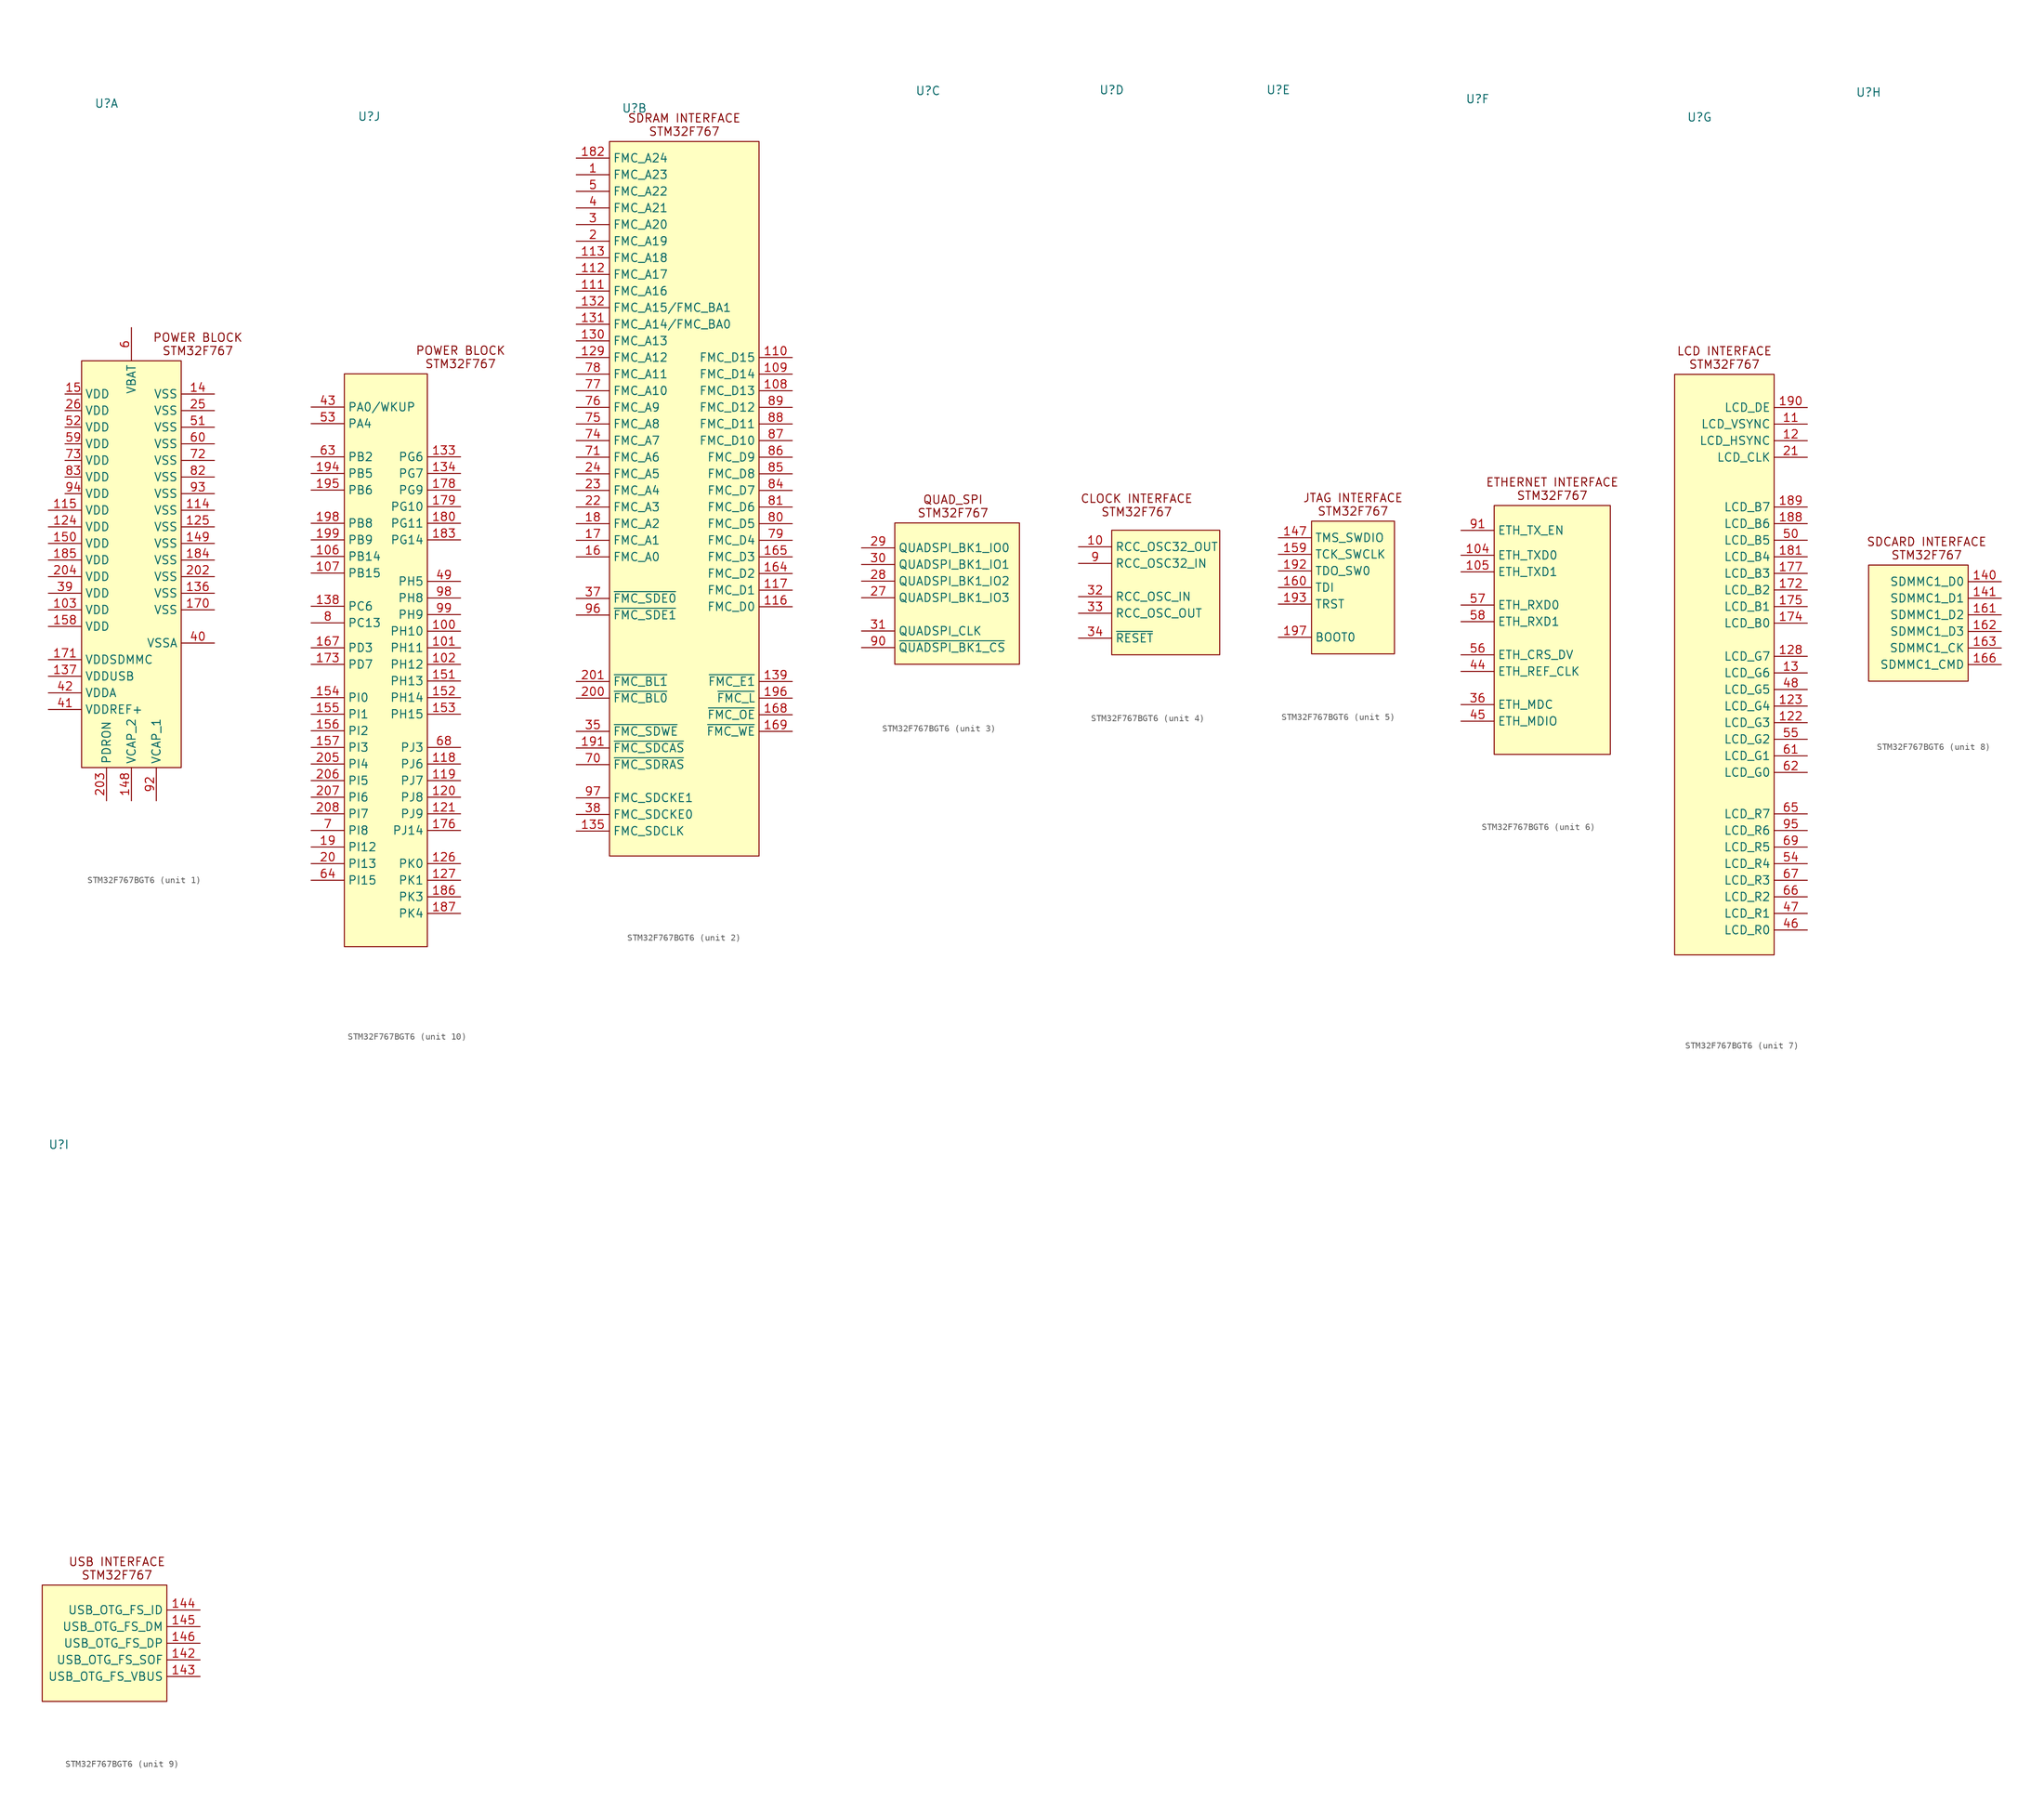
<source format=kicad_sym>
(kicad_symbol_lib
  (version 20241209)
  (generator "kicad_symbol_editor")
  (generator_version "9.0")
  (symbol "STM32F767BGT6"
    (property "Reference" "U"
      (at -11.43 74.93 0)
      (effects (font (size 1.27 1.27))))
    (property "Value" ""
      (at -7.62 -1.27 0)
      (effects (font (size 1.27 1.27))))
    (property "ki_locked" ""
      (at 0 0 0)
      (effects (font (size 1.27 1.27))))
    (symbol "STM32F767BGT6_1_1"
      (rectangle (start -15.24 35.56) (end 0 -26.67) (stroke (width 0) (type default)) (fill (type background)))
      (text "POWER BLOCK\nSTM32F767\n" (at 2.54 38.1 0) (effects (font (size 1.27 1.27))))
      (pin power_in line (at -20.32 12.7 0) (length 5.08) (name "VDD" (effects (font (size 1.27 1.27)))) (number "115" (effects (font (size 1.27 1.27)))))
      (pin power_in line (at -20.32 10.16 0) (length 5.08) (name "VDD" (effects (font (size 1.27 1.27)))) (number "124" (effects (font (size 1.27 1.27)))))
      (pin power_in line (at -20.32 7.62 0) (length 5.08) (name "VDD" (effects (font (size 1.27 1.27)))) (number "150" (effects (font (size 1.27 1.27)))))
      (pin power_in line (at -20.32 5.08 0) (length 5.08) (name "VDD" (effects (font (size 1.27 1.27)))) (number "185" (effects (font (size 1.27 1.27)))))
      (pin power_in line (at -20.32 2.54 0) (length 5.08) (name "VDD" (effects (font (size 1.27 1.27)))) (number "204" (effects (font (size 1.27 1.27)))))
      (pin power_in line (at -20.32 0 0) (length 5.08) (name "VDD" (effects (font (size 1.27 1.27)))) (number "39" (effects (font (size 1.27 1.27)))))
      (pin power_in line (at -20.32 -2.54 0) (length 5.08) (name "VDD" (effects (font (size 1.27 1.27)))) (number "103" (effects (font (size 1.27 1.27)))))
      (pin power_in line (at -20.32 -5.08 0) (length 5.08) (name "VDD" (effects (font (size 1.27 1.27)))) (number "158" (effects (font (size 1.27 1.27)))))
      (pin power_in line (at -20.32 -10.16 0) (length 5.08) (name "VDDSDMMC" (effects (font (size 1.27 1.27)))) (number "171" (effects (font (size 1.27 1.27)))))
      (pin power_in line (at -20.32 -12.7 0) (length 5.08) (name "VDDUSB" (effects (font (size 1.27 1.27)))) (number "137" (effects (font (size 1.27 1.27)))))
      (pin power_in line (at -20.32 -15.24 0) (length 5.08) (name "VDDA" (effects (font (size 1.27 1.27)))) (number "42" (effects (font (size 1.27 1.27)))))
      (pin power_in line (at -20.32 -17.78 0) (length 5.08) (name "VDDREF+" (effects (font (size 1.27 1.27)))) (number "41" (effects (font (size 1.27 1.27)))))
      (pin power_in line (at -17.78 30.48 0) (length 2.54) (name "VDD" (effects (font (size 1.27 1.27)))) (number "15" (effects (font (size 1.27 1.27)))))
      (pin power_in line (at -17.78 27.94 0) (length 2.54) (name "VDD" (effects (font (size 1.27 1.27)))) (number "26" (effects (font (size 1.27 1.27)))))
      (pin power_in line (at -17.78 25.4 0) (length 2.54) (name "VDD" (effects (font (size 1.27 1.27)))) (number "52" (effects (font (size 1.27 1.27)))))
      (pin power_in line (at -17.78 22.86 0) (length 2.54) (name "VDD" (effects (font (size 1.27 1.27)))) (number "59" (effects (font (size 1.27 1.27)))))
      (pin power_in line (at -17.78 20.32 0) (length 2.54) (name "VDD" (effects (font (size 1.27 1.27)))) (number "73" (effects (font (size 1.27 1.27)))))
      (pin power_in line (at -17.78 17.78 0) (length 2.54) (name "VDD" (effects (font (size 1.27 1.27)))) (number "83" (effects (font (size 1.27 1.27)))))
      (pin power_in line (at -17.78 15.24 0) (length 2.54) (name "VDD" (effects (font (size 1.27 1.27)))) (number "94" (effects (font (size 1.27 1.27)))))
      (pin passive line (at -11.43 -31.75 90) (length 5.08) (name "PDRON" (effects (font (size 1.27 1.27)))) (number "203" (effects (font (size 1.27 1.27)))))
      (pin power_in line (at -7.62 40.64 270) (length 5.08) (name "VBAT" (effects (font (size 1.27 1.27)))) (number "6" (effects (font (size 1.27 1.27)))))
      (pin passive line (at -7.62 -31.75 90) (length 5.08) (name "VCAP_2" (effects (font (size 1.27 1.27)))) (number "148" (effects (font (size 1.27 1.27)))))
      (pin passive line (at -3.81 -31.75 90) (length 5.08) (name "VCAP_1" (effects (font (size 1.27 1.27)))) (number "92" (effects (font (size 1.27 1.27)))))
      (pin power_in line (at 5.08 30.48 180) (length 5.08) (name "VSS" (effects (font (size 1.27 1.27)))) (number "14" (effects (font (size 1.27 1.27)))))
      (pin power_in line (at 5.08 27.94 180) (length 5.08) (name "VSS" (effects (font (size 1.27 1.27)))) (number "25" (effects (font (size 1.27 1.27)))))
      (pin power_in line (at 5.08 25.4 180) (length 5.08) (name "VSS" (effects (font (size 1.27 1.27)))) (number "51" (effects (font (size 1.27 1.27)))))
      (pin power_in line (at 5.08 22.86 180) (length 5.08) (name "VSS" (effects (font (size 1.27 1.27)))) (number "60" (effects (font (size 1.27 1.27)))))
      (pin power_in line (at 5.08 20.32 180) (length 5.08) (name "VSS" (effects (font (size 1.27 1.27)))) (number "72" (effects (font (size 1.27 1.27)))))
      (pin power_in line (at 5.08 17.78 180) (length 5.08) (name "VSS" (effects (font (size 1.27 1.27)))) (number "82" (effects (font (size 1.27 1.27)))))
      (pin power_in line (at 5.08 15.24 180) (length 5.08) (name "VSS" (effects (font (size 1.27 1.27)))) (number "93" (effects (font (size 1.27 1.27)))))
      (pin power_in line (at 5.08 12.7 180) (length 5.08) (name "VSS" (effects (font (size 1.27 1.27)))) (number "114" (effects (font (size 1.27 1.27)))))
      (pin power_in line (at 5.08 10.16 180) (length 5.08) (name "VSS" (effects (font (size 1.27 1.27)))) (number "125" (effects (font (size 1.27 1.27)))))
      (pin power_in line (at 5.08 7.62 180) (length 5.08) (name "VSS" (effects (font (size 1.27 1.27)))) (number "149" (effects (font (size 1.27 1.27)))))
      (pin power_in line (at 5.08 5.08 180) (length 5.08) (name "VSS" (effects (font (size 1.27 1.27)))) (number "184" (effects (font (size 1.27 1.27)))))
      (pin power_in line (at 5.08 2.54 180) (length 5.08) (name "VSS" (effects (font (size 1.27 1.27)))) (number "202" (effects (font (size 1.27 1.27)))))
      (pin power_in line (at 5.08 0 180) (length 5.08) (name "VSS" (effects (font (size 1.27 1.27)))) (number "136" (effects (font (size 1.27 1.27)))))
      (pin power_in line (at 5.08 -2.54 180) (length 5.08) (name "VSS" (effects (font (size 1.27 1.27)))) (number "170" (effects (font (size 1.27 1.27)))))
      (pin power_in line (at 5.08 -7.62 180) (length 5.08) (name "VSSA" (effects (font (size 1.27 1.27)))) (number "40" (effects (font (size 1.27 1.27))))))
    (symbol "STM32F767BGT6_2_1"
      (rectangle (start -15.24 69.85) (end 7.62 -39.37) (stroke (width 0) (type default)) (fill (type background)))
      (text "SDRAM INTERFACE\nSTM32F767" (at -3.81 72.39 0) (effects (font (size 1.27 1.27))))
      (pin bidirectional line (at -20.32 67.31 0) (length 5.08) (name "FMC_A24" (effects (font (size 1.27 1.27)))) (number "182" (effects (font (size 1.27 1.27)))) (alternate "PG13" bidirectional line))
      (pin bidirectional line (at -20.32 64.77 0) (length 5.08) (name "FMC_A23" (effects (font (size 1.27 1.27)))) (number "1" (effects (font (size 1.27 1.27)))) (alternate "PE2" bidirectional line))
      (pin bidirectional line (at -20.32 62.23 0) (length 5.08) (name "FMC_A22" (effects (font (size 1.27 1.27)))) (number "5" (effects (font (size 1.27 1.27)))) (alternate "PE6" bidirectional line))
      (pin bidirectional line (at -20.32 59.69 0) (length 5.08) (name "FMC_A21" (effects (font (size 1.27 1.27)))) (number "4" (effects (font (size 1.27 1.27)))) (alternate "PE5" bidirectional line))
      (pin bidirectional line (at -20.32 57.15 0) (length 5.08) (name "FMC_A20" (effects (font (size 1.27 1.27)))) (number "3" (effects (font (size 1.27 1.27)))) (alternate "PE4" bidirectional line))
      (pin bidirectional line (at -20.32 54.61 0) (length 5.08) (name "FMC_A19" (effects (font (size 1.27 1.27)))) (number "2" (effects (font (size 1.27 1.27)))) (alternate "PE3" bidirectional line))
      (pin bidirectional line (at -20.32 52.07 0) (length 5.08) (name "FMC_A18" (effects (font (size 1.27 1.27)))) (number "113" (effects (font (size 1.27 1.27)))) (alternate "PD13" bidirectional line))
      (pin bidirectional line (at -20.32 49.53 0) (length 5.08) (name "FMC_A17" (effects (font (size 1.27 1.27)))) (number "112" (effects (font (size 1.27 1.27)))) (alternate "PD12" bidirectional line))
      (pin bidirectional line (at -20.32 46.99 0) (length 5.08) (name "FMC_A16" (effects (font (size 1.27 1.27)))) (number "111" (effects (font (size 1.27 1.27)))) (alternate "PD11" bidirectional line))
      (pin bidirectional line (at -20.32 44.45 0) (length 5.08) (name "FMC_A15/FMC_BA1" (effects (font (size 1.27 1.27)))) (number "132" (effects (font (size 1.27 1.27)))) (alternate "PG5" bidirectional line))
      (pin bidirectional line (at -20.32 41.91 0) (length 5.08) (name "FMC_A14/FMC_BA0" (effects (font (size 1.27 1.27)))) (number "131" (effects (font (size 1.27 1.27)))) (alternate "PG4" bidirectional line))
      (pin bidirectional line (at -20.32 39.37 0) (length 5.08) (name "FMC_A13" (effects (font (size 1.27 1.27)))) (number "130" (effects (font (size 1.27 1.27)))) (alternate "PG3" bidirectional line))
      (pin bidirectional line (at -20.32 36.83 0) (length 5.08) (name "FMC_A12" (effects (font (size 1.27 1.27)))) (number "129" (effects (font (size 1.27 1.27)))) (alternate "PG2" bidirectional line))
      (pin bidirectional line (at -20.32 34.29 0) (length 5.08) (name "FMC_A11" (effects (font (size 1.27 1.27)))) (number "78" (effects (font (size 1.27 1.27)))) (alternate "PG1" bidirectional line))
      (pin bidirectional line (at -20.32 31.75 0) (length 5.08) (name "FMC_A10" (effects (font (size 1.27 1.27)))) (number "77" (effects (font (size 1.27 1.27)))) (alternate "PG0" bidirectional line))
      (pin bidirectional line (at -20.32 29.21 0) (length 5.08) (name "FMC_A9" (effects (font (size 1.27 1.27)))) (number "76" (effects (font (size 1.27 1.27)))) (alternate "PF15" bidirectional line))
      (pin bidirectional line (at -20.32 26.67 0) (length 5.08) (name "FMC_A8" (effects (font (size 1.27 1.27)))) (number "75" (effects (font (size 1.27 1.27)))) (alternate "PF14" bidirectional line))
      (pin bidirectional line (at -20.32 24.13 0) (length 5.08) (name "FMC_A7" (effects (font (size 1.27 1.27)))) (number "74" (effects (font (size 1.27 1.27)))) (alternate "PF13" bidirectional line))
      (pin bidirectional line (at -20.32 21.59 0) (length 5.08) (name "FMC_A6" (effects (font (size 1.27 1.27)))) (number "71" (effects (font (size 1.27 1.27)))) (alternate "PF12" bidirectional line))
      (pin bidirectional line (at -20.32 19.05 0) (length 5.08) (name "FMC_A5" (effects (font (size 1.27 1.27)))) (number "24" (effects (font (size 1.27 1.27)))) (alternate "PF5" bidirectional line))
      (pin bidirectional line (at -20.32 16.51 0) (length 5.08) (name "FMC_A4" (effects (font (size 1.27 1.27)))) (number "23" (effects (font (size 1.27 1.27)))) (alternate "PF4" bidirectional line))
      (pin bidirectional line (at -20.32 13.97 0) (length 5.08) (name "FMC_A3" (effects (font (size 1.27 1.27)))) (number "22" (effects (font (size 1.27 1.27)))) (alternate "PF3" tri_state line))
      (pin bidirectional line (at -20.32 11.43 0) (length 5.08) (name "FMC_A2" (effects (font (size 1.27 1.27)))) (number "18" (effects (font (size 1.27 1.27)))) (alternate "PF2" bidirectional line))
      (pin bidirectional line (at -20.32 8.89 0) (length 5.08) (name "FMC_A1" (effects (font (size 1.27 1.27)))) (number "17" (effects (font (size 1.27 1.27)))) (alternate "PF1" bidirectional line))
      (pin bidirectional line (at -20.32 6.35 0) (length 5.08) (name "FMC_A0" (effects (font (size 1.27 1.27)))) (number "16" (effects (font (size 1.27 1.27)))) (alternate "PF0" bidirectional line))
      (pin bidirectional line (at -20.32 0 0) (length 5.08) (name "~{FMC_SDE0}" (effects (font (size 1.27 1.27)))) (number "37" (effects (font (size 1.27 1.27)))) (alternate "PC2" bidirectional line))
      (pin bidirectional line (at -20.32 -2.54 0) (length 5.08) (name "~{FMC_SDE1}" (effects (font (size 1.27 1.27)))) (number "96" (effects (font (size 1.27 1.27)))) (alternate "PH6" bidirectional line))
      (pin bidirectional line (at -20.32 -12.7 0) (length 5.08) (name "~{FMC_BL1}" (effects (font (size 1.27 1.27)))) (number "201" (effects (font (size 1.27 1.27)))) (alternate "PE1" bidirectional line))
      (pin bidirectional line (at -20.32 -15.24 0) (length 5.08) (name "~{FMC_BL0}" (effects (font (size 1.27 1.27)))) (number "200" (effects (font (size 1.27 1.27)))) (alternate "PE0" bidirectional line))
      (pin bidirectional line (at -20.32 -20.32 0) (length 5.08) (name "~{FMC_SDWE}" (effects (font (size 1.27 1.27)))) (number "35" (effects (font (size 1.27 1.27)))) (alternate "PC0" bidirectional line))
      (pin bidirectional line (at -20.32 -22.86 0) (length 5.08) (name "~{FMC_SDCAS}" (effects (font (size 1.27 1.27)))) (number "191" (effects (font (size 1.27 1.27)))) (alternate "PG15" bidirectional line))
      (pin bidirectional line (at -20.32 -25.4 0) (length 5.08) (name "~{FMC_SDRAS}" (effects (font (size 1.27 1.27)))) (number "70" (effects (font (size 1.27 1.27)))) (alternate "PF11" bidirectional line))
      (pin bidirectional line (at -20.32 -30.48 0) (length 5.08) (name "FMC_SDCKE1" (effects (font (size 1.27 1.27)))) (number "97" (effects (font (size 1.27 1.27)))) (alternate "PH7" bidirectional line))
      (pin bidirectional line (at -20.32 -33.02 0) (length 5.08) (name "FMC_SDCKE0" (effects (font (size 1.27 1.27)))) (number "38" (effects (font (size 1.27 1.27)))) (alternate "PC3" bidirectional line))
      (pin bidirectional line (at -20.32 -35.56 0) (length 5.08) (name "FMC_SDCLK" (effects (font (size 1.27 1.27)))) (number "135" (effects (font (size 1.27 1.27)))) (alternate "PG8" bidirectional line))
      (pin bidirectional line (at 12.7 36.83 180) (length 5.08) (name "FMC_D15" (effects (font (size 1.27 1.27)))) (number "110" (effects (font (size 1.27 1.27)))) (alternate "PD10" bidirectional line))
      (pin bidirectional line (at 12.7 34.29 180) (length 5.08) (name "FMC_D14" (effects (font (size 1.27 1.27)))) (number "109" (effects (font (size 1.27 1.27)))) (alternate "PD9" bidirectional line))
      (pin bidirectional line (at 12.7 31.75 180) (length 5.08) (name "FMC_D13" (effects (font (size 1.27 1.27)))) (number "108" (effects (font (size 1.27 1.27)))) (alternate "PD8" bidirectional line))
      (pin bidirectional line (at 12.7 29.21 180) (length 5.08) (name "FMC_D12" (effects (font (size 1.27 1.27)))) (number "89" (effects (font (size 1.27 1.27)))) (alternate "PE15" bidirectional line))
      (pin bidirectional line (at 12.7 26.67 180) (length 5.08) (name "FMC_D11" (effects (font (size 1.27 1.27)))) (number "88" (effects (font (size 1.27 1.27)))) (alternate "PE14" bidirectional line))
      (pin bidirectional line (at 12.7 24.13 180) (length 5.08) (name "FMC_D10" (effects (font (size 1.27 1.27)))) (number "87" (effects (font (size 1.27 1.27)))) (alternate "PE13" bidirectional line))
      (pin bidirectional line (at 12.7 21.59 180) (length 5.08) (name "FMC_D9" (effects (font (size 1.27 1.27)))) (number "86" (effects (font (size 1.27 1.27)))) (alternate "PE12" bidirectional line))
      (pin bidirectional line (at 12.7 19.05 180) (length 5.08) (name "FMC_D8" (effects (font (size 1.27 1.27)))) (number "85" (effects (font (size 1.27 1.27)))) (alternate "PE11" bidirectional line))
      (pin bidirectional line (at 12.7 16.51 180) (length 5.08) (name "FMC_D7" (effects (font (size 1.27 1.27)))) (number "84" (effects (font (size 1.27 1.27)))) (alternate "PE10" bidirectional line))
      (pin bidirectional line (at 12.7 13.97 180) (length 5.08) (name "FMC_D6" (effects (font (size 1.27 1.27)))) (number "81" (effects (font (size 1.27 1.27)))) (alternate "PE9" bidirectional line))
      (pin bidirectional line (at 12.7 11.43 180) (length 5.08) (name "FMC_D5" (effects (font (size 1.27 1.27)))) (number "80" (effects (font (size 1.27 1.27)))) (alternate "PE8" bidirectional line))
      (pin bidirectional line (at 12.7 8.89 180) (length 5.08) (name "FMC_D4" (effects (font (size 1.27 1.27)))) (number "79" (effects (font (size 1.27 1.27)))) (alternate "PE7" bidirectional line))
      (pin bidirectional line (at 12.7 6.35 180) (length 5.08) (name "FMC_D3" (effects (font (size 1.27 1.27)))) (number "165" (effects (font (size 1.27 1.27)))) (alternate "PD1" bidirectional line))
      (pin bidirectional line (at 12.7 3.81 180) (length 5.08) (name "FMC_D2" (effects (font (size 1.27 1.27)))) (number "164" (effects (font (size 1.27 1.27)))) (alternate "PD0" bidirectional line))
      (pin bidirectional line (at 12.7 1.27 180) (length 5.08) (name "FMC_D1" (effects (font (size 1.27 1.27)))) (number "117" (effects (font (size 1.27 1.27)))) (alternate "PD15" bidirectional line))
      (pin bidirectional line (at 12.7 -1.27 180) (length 5.08) (name "FMC_D0" (effects (font (size 1.27 1.27)))) (number "116" (effects (font (size 1.27 1.27)))) (alternate "PD14" bidirectional line))
      (pin bidirectional line (at 12.7 -12.7 180) (length 5.08) (name "~{FMC_E1}" (effects (font (size 1.27 1.27)))) (number "139" (effects (font (size 1.27 1.27)))) (alternate "PC7" tri_state line))
      (pin bidirectional line (at 12.7 -15.24 180) (length 5.08) (name "~{FMC_L}" (effects (font (size 1.27 1.27)))) (number "196" (effects (font (size 1.27 1.27)))) (alternate "PB7" bidirectional line))
      (pin bidirectional line (at 12.7 -17.78 180) (length 5.08) (name "~{FMC_OE}" (effects (font (size 1.27 1.27)))) (number "168" (effects (font (size 1.27 1.27)))) (alternate "PD4" bidirectional line))
      (pin bidirectional line (at 12.7 -20.32 180) (length 5.08) (name "~{FMC_WE}" (effects (font (size 1.27 1.27)))) (number "169" (effects (font (size 1.27 1.27)))) (alternate "PD5" bidirectional line)))
    (symbol "STM32F767BGT6_3_1"
      (rectangle (start -16.51 8.89) (end 2.54 -12.7) (stroke (width 0) (type default)) (fill (type background)))
      (text "QUAD_SPI\nSTM32F767" (at -7.62 11.43 0) (effects (font (size 1.27 1.27))))
      (pin bidirectional line (at -21.59 5.08 0) (length 5.08) (name "QUADSPI_BK1_IO0" (effects (font (size 1.27 1.27)))) (number "29" (effects (font (size 1.27 1.27)))) (alternate "PF8" bidirectional line))
      (pin bidirectional line (at -21.59 2.54 0) (length 5.08) (name "QUADSPI_BK1_IO1" (effects (font (size 1.27 1.27)))) (number "30" (effects (font (size 1.27 1.27)))) (alternate "PF9" bidirectional line))
      (pin bidirectional line (at -21.59 0 0) (length 5.08) (name "QUADSPI_BK1_IO2" (effects (font (size 1.27 1.27)))) (number "28" (effects (font (size 1.27 1.27)))) (alternate "PF7" bidirectional line))
      (pin bidirectional line (at -21.59 -2.54 0) (length 5.08) (name "QUADSPI_BK1_IO3" (effects (font (size 1.27 1.27)))) (number "27" (effects (font (size 1.27 1.27)))) (alternate "PF6" bidirectional line))
      (pin bidirectional line (at -21.59 -7.62 0) (length 5.08) (name "QUADSPI_CLK" (effects (font (size 1.27 1.27)))) (number "31" (effects (font (size 1.27 1.27)))) (alternate "PF10" bidirectional line))
      (pin bidirectional line (at -21.59 -10.16 0) (length 5.08) (name "~{QUADSPI_BK1_CS}" (effects (font (size 1.27 1.27)))) (number "90" (effects (font (size 1.27 1.27)))) (alternate "PB10" bidirectional line)))
    (symbol "STM32F767BGT6_4_1"
      (rectangle (start -11.43 7.62) (end 5.08 -11.43) (stroke (width 0) (type default)) (fill (type background)))
      (text "CLOCK INTERFACE\nSTM32F767" (at -7.62 11.43 0) (effects (font (size 1.27 1.27))))
      (pin output line (at -16.51 5.08 0) (length 5.08) (name "RCC_OSC32_OUT" (effects (font (size 1.27 1.27)))) (number "10" (effects (font (size 1.27 1.27)))) (alternate "PC15" tri_state line))
      (pin input line (at -16.51 2.54 0) (length 5.08) (name "RCC_OSC32_IN" (effects (font (size 1.27 1.27)))) (number "9" (effects (font (size 1.27 1.27)))) (alternate "PC14" tri_state line))
      (pin input line (at -16.51 -2.54 0) (length 5.08) (name "RCC_OSC_IN" (effects (font (size 1.27 1.27)))) (number "32" (effects (font (size 1.27 1.27)))) (alternate "PH0" tri_state line))
      (pin output line (at -16.51 -5.08 0) (length 5.08) (name "RCC_OSC_OUT" (effects (font (size 1.27 1.27)))) (number "33" (effects (font (size 1.27 1.27)))) (alternate "PH1" tri_state line))
      (pin input line (at -16.51 -8.89 0) (length 5.08) (name "~{RESET}" (effects (font (size 1.27 1.27)))) (number "34" (effects (font (size 1.27 1.27)))) (alternate "PH0" tri_state line)))
    (symbol "STM32F767BGT6_5_1"
      (rectangle (start -6.35 8.89) (end 6.35 -11.43) (stroke (width 0) (type default)) (fill (type background)))
      (text "JTAG INTERFACE\nSTM32F767" (at 0 11.43 0) (effects (font (size 1.27 1.27))))
      (pin bidirectional line (at -11.43 6.35 0) (length 5.08) (name "TMS_SWDIO" (effects (font (size 1.27 1.27)))) (number "147" (effects (font (size 1.27 1.27)))) (alternate "PA13" bidirectional line))
      (pin input line (at -11.43 3.81 0) (length 5.08) (name "TCK_SWCLK" (effects (font (size 1.27 1.27)))) (number "159" (effects (font (size 1.27 1.27)))) (alternate "PA14" bidirectional line))
      (pin bidirectional line (at -11.43 1.27 0) (length 5.08) (name "TDO_SW0" (effects (font (size 1.27 1.27)))) (number "192" (effects (font (size 1.27 1.27)))) (alternate "PB3" bidirectional line))
      (pin input line (at -11.43 -1.27 0) (length 5.08) (name "TDI" (effects (font (size 1.27 1.27)))) (number "160" (effects (font (size 1.27 1.27)))) (alternate "PA15" bidirectional line))
      (pin input line (at -11.43 -3.81 0) (length 5.08) (name "TRST" (effects (font (size 1.27 1.27)))) (number "193" (effects (font (size 1.27 1.27)))) (alternate "PB4" bidirectional line))
      (pin input line (at -11.43 -8.89 0) (length 5.08) (name "BOOT0" (effects (font (size 1.27 1.27)))) (number "197" (effects (font (size 1.27 1.27))))))
    (symbol "STM32F767BGT6_6_1"
      (rectangle (start -8.89 12.7) (end 8.89 -25.4) (stroke (width 0) (type default)) (fill (type background)))
      (text "ETHERNET INTERFACE\nSTM32F767" (at 0 15.24 0) (effects (font (size 1.27 1.27))))
      (pin output line (at -13.97 8.89 0) (length 5.08) (name "ETH_TX_EN" (effects (font (size 1.27 1.27)))) (number "91" (effects (font (size 1.27 1.27)))) (alternate "PB11" bidirectional line))
      (pin output line (at -13.97 5.08 0) (length 5.08) (name "ETH_TXD0" (effects (font (size 1.27 1.27)))) (number "104" (effects (font (size 1.27 1.27)))) (alternate "PB12" bidirectional line))
      (pin output line (at -13.97 2.54 0) (length 5.08) (name "ETH_TXD1" (effects (font (size 1.27 1.27)))) (number "105" (effects (font (size 1.27 1.27)))) (alternate "PB13" bidirectional line))
      (pin input line (at -13.97 -2.54 0) (length 5.08) (name "ETH_RXD0" (effects (font (size 1.27 1.27)))) (number "57" (effects (font (size 1.27 1.27)))) (alternate "PC4" bidirectional line))
      (pin input line (at -13.97 -5.08 0) (length 5.08) (name "ETH_RXD1" (effects (font (size 1.27 1.27)))) (number "58" (effects (font (size 1.27 1.27)))) (alternate "PC5" bidirectional line))
      (pin output line (at -13.97 -10.16 0) (length 5.08) (name "ETH_CRS_DV" (effects (font (size 1.27 1.27)))) (number "56" (effects (font (size 1.27 1.27)))) (alternate "PA7" bidirectional line))
      (pin input line (at -13.97 -12.7 0) (length 5.08) (name "ETH_REF_CLK" (effects (font (size 1.27 1.27)))) (number "44" (effects (font (size 1.27 1.27)))) (alternate "PA1" bidirectional line))
      (pin output line (at -13.97 -17.78 0) (length 5.08) (name "ETH_MDC" (effects (font (size 1.27 1.27)))) (number "36" (effects (font (size 1.27 1.27)))) (alternate "PC1" bidirectional line))
      (pin bidirectional line (at -13.97 -20.32 0) (length 5.08) (name "ETH_MDIO" (effects (font (size 1.27 1.27)))) (number "45" (effects (font (size 1.27 1.27)))) (alternate "PA2" bidirectional line)))
    (symbol "STM32F767BGT6_7_1"
      (rectangle (start -15.24 35.56) (end 0 -53.34) (stroke (width 0) (type default)) (fill (type background)))
      (text "LCD INTERFACE\nSTM32F767\n" (at -7.62 38.1 0) (effects (font (size 1.27 1.27))))
      (pin output line (at 5.08 30.48 180) (length 5.08) (name "LCD_DE" (effects (font (size 1.27 1.27)))) (number "190" (effects (font (size 1.27 1.27)))) (alternate "PK7" bidirectional line))
      (pin output line (at 5.08 27.94 180) (length 5.08) (name "LCD_VSYNC" (effects (font (size 1.27 1.27)))) (number "11" (effects (font (size 1.27 1.27)))) (alternate "PI9" bidirectional line))
      (pin output line (at 5.08 25.4 180) (length 5.08) (name "LCD_HSYNC" (effects (font (size 1.27 1.27)))) (number "12" (effects (font (size 1.27 1.27)))) (alternate "PI10" bidirectional line))
      (pin output line (at 5.08 22.86 180) (length 5.08) (name "LCD_CLK" (effects (font (size 1.27 1.27)))) (number "21" (effects (font (size 1.27 1.27)))) (alternate "PI14" bidirectional line))
      (pin output line (at 5.08 15.24 180) (length 5.08) (name "LCD_B7" (effects (font (size 1.27 1.27)))) (number "189" (effects (font (size 1.27 1.27)))) (alternate "PK6" bidirectional line))
      (pin output line (at 5.08 12.7 180) (length 5.08) (name "LCD_B6" (effects (font (size 1.27 1.27)))) (number "188" (effects (font (size 1.27 1.27)))) (alternate "PK5" bidirectional line))
      (pin output line (at 5.08 10.16 180) (length 5.08) (name "LCD_B5" (effects (font (size 1.27 1.27)))) (number "50" (effects (font (size 1.27 1.27)))) (alternate "PA3" bidirectional line))
      (pin output line (at 5.08 7.62 180) (length 5.08) (name "LCD_B4" (effects (font (size 1.27 1.27)))) (number "181" (effects (font (size 1.27 1.27)))) (alternate "PG12" bidirectional line))
      (pin output line (at 5.08 5.08 180) (length 5.08) (name "LCD_B3" (effects (font (size 1.27 1.27)))) (number "177" (effects (font (size 1.27 1.27)))) (alternate "PJ15" bidirectional line))
      (pin output line (at 5.08 2.54 180) (length 5.08) (name "LCD_B2" (effects (font (size 1.27 1.27)))) (number "172" (effects (font (size 1.27 1.27)))) (alternate "PD6" bidirectional line))
      (pin output line (at 5.08 0 180) (length 5.08) (name "LCD_B1" (effects (font (size 1.27 1.27)))) (number "175" (effects (font (size 1.27 1.27)))) (alternate "PJ13" bidirectional line))
      (pin output line (at 5.08 -2.54 180) (length 5.08) (name "LCD_B0" (effects (font (size 1.27 1.27)))) (number "174" (effects (font (size 1.27 1.27)))) (alternate "PJ12" bidirectional line))
      (pin output line (at 5.08 -7.62 180) (length 5.08) (name "LCD_G7" (effects (font (size 1.27 1.27)))) (number "128" (effects (font (size 1.27 1.27)))) (alternate "PK2" bidirectional line))
      (pin output line (at 5.08 -10.16 180) (length 5.08) (name "LCD_G6" (effects (font (size 1.27 1.27)))) (number "13" (effects (font (size 1.27 1.27)))) (alternate "PI11" bidirectional line))
      (pin output line (at 5.08 -12.7 180) (length 5.08) (name "LCD_G5" (effects (font (size 1.27 1.27)))) (number "48" (effects (font (size 1.27 1.27)))) (alternate "PH4" bidirectional line))
      (pin output line (at 5.08 -15.24 180) (length 5.08) (name "LCD_G4" (effects (font (size 1.27 1.27)))) (number "123" (effects (font (size 1.27 1.27)))) (alternate "PJ11" bidirectional line))
      (pin output line (at 5.08 -17.78 180) (length 5.08) (name "LCD_G3" (effects (font (size 1.27 1.27)))) (number "122" (effects (font (size 1.27 1.27)))) (alternate "PJ10" bidirectional line))
      (pin output line (at 5.08 -20.32 180) (length 5.08) (name "LCD_G2" (effects (font (size 1.27 1.27)))) (number "55" (effects (font (size 1.27 1.27)))) (alternate "PA6" bidirectional line))
      (pin output line (at 5.08 -22.86 180) (length 5.08) (name "LCD_G1" (effects (font (size 1.27 1.27)))) (number "61" (effects (font (size 1.27 1.27)))) (alternate "PB0" bidirectional line))
      (pin output line (at 5.08 -25.4 180) (length 5.08) (name "LCD_G0" (effects (font (size 1.27 1.27)))) (number "62" (effects (font (size 1.27 1.27)))) (alternate "PB1" bidirectional line))
      (pin output line (at 5.08 -31.75 180) (length 5.08) (name "LCD_R7" (effects (font (size 1.27 1.27)))) (number "65" (effects (font (size 1.27 1.27)))) (alternate "PJ0" bidirectional line))
      (pin output line (at 5.08 -34.29 180) (length 5.08) (name "LCD_R6" (effects (font (size 1.27 1.27)))) (number "95" (effects (font (size 1.27 1.27)))) (alternate "PJ5" bidirectional line))
      (pin output line (at 5.08 -36.83 180) (length 5.08) (name "LCD_R5" (effects (font (size 1.27 1.27)))) (number "69" (effects (font (size 1.27 1.27)))) (alternate "PJ4" bidirectional line))
      (pin output line (at 5.08 -39.37 180) (length 5.08) (name "LCD_R4" (effects (font (size 1.27 1.27)))) (number "54" (effects (font (size 1.27 1.27)))) (alternate "PA5" bidirectional line))
      (pin output line (at 5.08 -41.91 180) (length 5.08) (name "LCD_R3" (effects (font (size 1.27 1.27)))) (number "67" (effects (font (size 1.27 1.27)))) (alternate "PJ2" bidirectional line))
      (pin output line (at 5.08 -44.45 180) (length 5.08) (name "LCD_R2" (effects (font (size 1.27 1.27)))) (number "66" (effects (font (size 1.27 1.27)))) (alternate "PJ1" bidirectional line))
      (pin output line (at 5.08 -46.99 180) (length 5.08) (name "LCD_R1" (effects (font (size 1.27 1.27)))) (number "47" (effects (font (size 1.27 1.27)))) (alternate "PH3" bidirectional line))
      (pin output line (at 5.08 -49.53 180) (length 5.08) (name "LCD_R0" (effects (font (size 1.27 1.27)))) (number "46" (effects (font (size 1.27 1.27)))) (alternate "PH2" bidirectional line)))
    (symbol "STM32F767BGT6_8_1"
      (rectangle (start -11.43 2.54) (end 3.81 -15.24) (stroke (width 0) (type default)) (fill (type background)))
      (text "SDCARD INTERFACE\nSTM32F767" (at -2.54 5.08 0) (effects (font (size 1.27 1.27))))
      (pin bidirectional line (at 8.89 0 180) (length 5.08) (name "SDMMC1_D0" (effects (font (size 1.27 1.27)))) (number "140" (effects (font (size 1.27 1.27)))) (alternate "PC8" bidirectional line))
      (pin bidirectional line (at 8.89 -2.54 180) (length 5.08) (name "SDMMC1_D1" (effects (font (size 1.27 1.27)))) (number "141" (effects (font (size 1.27 1.27)))) (alternate "PC9" bidirectional line))
      (pin bidirectional line (at 8.89 -5.08 180) (length 5.08) (name "SDMMC1_D2" (effects (font (size 1.27 1.27)))) (number "161" (effects (font (size 1.27 1.27)))) (alternate "PC10" bidirectional line))
      (pin bidirectional line (at 8.89 -7.62 180) (length 5.08) (name "SDMMC1_D3" (effects (font (size 1.27 1.27)))) (number "162" (effects (font (size 1.27 1.27)))) (alternate "PC11" bidirectional line))
      (pin bidirectional line (at 8.89 -10.16 180) (length 5.08) (name "SDMMC1_CK" (effects (font (size 1.27 1.27)))) (number "163" (effects (font (size 1.27 1.27)))) (alternate "PC12" bidirectional line))
      (pin bidirectional line (at 8.89 -12.7 180) (length 5.08) (name "SDMMC1_CMD" (effects (font (size 1.27 1.27)))) (number "166" (effects (font (size 1.27 1.27)))) (alternate "PD2" bidirectional line)))
    (symbol "STM32F767BGT6_9_1"
      (rectangle (start -13.97 7.62) (end 5.08 -10.16) (stroke (width 0) (type default)) (fill (type background)))
      (text "USB INTERFACE\nSTM32F767" (at -2.54 10.16 0) (effects (font (size 1.27 1.27))))
      (pin bidirectional line (at 10.16 3.81 180) (length 5.08) (name "USB_OTG_FS_ID" (effects (font (size 1.27 1.27)))) (number "144" (effects (font (size 1.27 1.27)))) (alternate "PA10" bidirectional line))
      (pin bidirectional line (at 10.16 1.27 180) (length 5.08) (name "USB_OTG_FS_DM" (effects (font (size 1.27 1.27)))) (number "145" (effects (font (size 1.27 1.27)))) (alternate "PA11" bidirectional line))
      (pin bidirectional line (at 10.16 -1.27 180) (length 5.08) (name "USB_OTG_FS_DP" (effects (font (size 1.27 1.27)))) (number "146" (effects (font (size 1.27 1.27)))) (alternate "PA12" bidirectional line))
      (pin bidirectional line (at 10.16 -3.81 180) (length 5.08) (name "USB_OTG_FS_SOF" (effects (font (size 1.27 1.27)))) (number "142" (effects (font (size 1.27 1.27)))) (alternate "PA8" bidirectional line))
      (pin bidirectional line (at 10.16 -6.35 180) (length 5.08) (name "USB_OTG_FS_VBUS" (effects (font (size 1.27 1.27)))) (number "143" (effects (font (size 1.27 1.27)))) (alternate "PA9" bidirectional line)))
    (symbol "STM32F767BGT6_10_1"
      (rectangle (start -15.24 35.56) (end -2.54 -52.07) (stroke (width 0) (type default)) (fill (type background)))
      (text "POWER BLOCK\nSTM32F767\n" (at 2.54 38.1 0) (effects (font (size 1.27 1.27))))
      (pin bidirectional line (at -20.32 30.48 0) (length 5.08) (name "PA0/WKUP" (effects (font (size 1.27 1.27)))) (number "43" (effects (font (size 1.27 1.27)))))
      (pin bidirectional line (at -20.32 27.94 0) (length 5.08) (name "PA4" (effects (font (size 1.27 1.27)))) (number "53" (effects (font (size 1.27 1.27)))))
      (pin bidirectional line (at -20.32 22.86 0) (length 5.08) (name "PB2" (effects (font (size 1.27 1.27)))) (number "63" (effects (font (size 1.27 1.27)))))
      (pin bidirectional line (at -20.32 20.32 0) (length 5.08) (name "PB5" (effects (font (size 1.27 1.27)))) (number "194" (effects (font (size 1.27 1.27)))))
      (pin bidirectional line (at -20.32 17.78 0) (length 5.08) (name "PB6" (effects (font (size 1.27 1.27)))) (number "195" (effects (font (size 1.27 1.27)))))
      (pin bidirectional line (at -20.32 12.7 0) (length 5.08) (name "PB8" (effects (font (size 1.27 1.27)))) (number "198" (effects (font (size 1.27 1.27)))))
      (pin bidirectional line (at -20.32 10.16 0) (length 5.08) (name "PB9" (effects (font (size 1.27 1.27)))) (number "199" (effects (font (size 1.27 1.27)))))
      (pin bidirectional line (at -20.32 7.62 0) (length 5.08) (name "PB14" (effects (font (size 1.27 1.27)))) (number "106" (effects (font (size 1.27 1.27)))))
      (pin bidirectional line (at -20.32 5.08 0) (length 5.08) (name "PB15" (effects (font (size 1.27 1.27)))) (number "107" (effects (font (size 1.27 1.27)))))
      (pin bidirectional line (at -20.32 0 0) (length 5.08) (name "PC6" (effects (font (size 1.27 1.27)))) (number "138" (effects (font (size 1.27 1.27)))))
      (pin bidirectional line (at -20.32 -2.54 0) (length 5.08) (name "PC13" (effects (font (size 1.27 1.27)))) (number "8" (effects (font (size 1.27 1.27)))))
      (pin bidirectional line (at -20.32 -6.35 0) (length 5.08) (name "PD3" (effects (font (size 1.27 1.27)))) (number "167" (effects (font (size 1.27 1.27)))))
      (pin bidirectional line (at -20.32 -8.89 0) (length 5.08) (name "PD7" (effects (font (size 1.27 1.27)))) (number "173" (effects (font (size 1.27 1.27)))))
      (pin bidirectional line (at -20.32 -13.97 0) (length 5.08) (name "PI0" (effects (font (size 1.27 1.27)))) (number "154" (effects (font (size 1.27 1.27)))))
      (pin bidirectional line (at -20.32 -16.51 0) (length 5.08) (name "PI1" (effects (font (size 1.27 1.27)))) (number "155" (effects (font (size 1.27 1.27)))))
      (pin bidirectional line (at -20.32 -19.05 0) (length 5.08) (name "PI2" (effects (font (size 1.27 1.27)))) (number "156" (effects (font (size 1.27 1.27)))))
      (pin bidirectional line (at -20.32 -21.59 0) (length 5.08) (name "PI3" (effects (font (size 1.27 1.27)))) (number "157" (effects (font (size 1.27 1.27)))))
      (pin bidirectional line (at -20.32 -24.13 0) (length 5.08) (name "PI4" (effects (font (size 1.27 1.27)))) (number "205" (effects (font (size 1.27 1.27)))))
      (pin bidirectional line (at -20.32 -26.67 0) (length 5.08) (name "PI5" (effects (font (size 1.27 1.27)))) (number "206" (effects (font (size 1.27 1.27)))))
      (pin bidirectional line (at -20.32 -29.21 0) (length 5.08) (name "PI6" (effects (font (size 1.27 1.27)))) (number "207" (effects (font (size 1.27 1.27)))))
      (pin bidirectional line (at -20.32 -31.75 0) (length 5.08) (name "PI7" (effects (font (size 1.27 1.27)))) (number "208" (effects (font (size 1.27 1.27)))))
      (pin bidirectional line (at -20.32 -34.29 0) (length 5.08) (name "PI8" (effects (font (size 1.27 1.27)))) (number "7" (effects (font (size 1.27 1.27)))))
      (pin bidirectional line (at -20.32 -36.83 0) (length 5.08) (name "PI12" (effects (font (size 1.27 1.27)))) (number "19" (effects (font (size 1.27 1.27)))))
      (pin bidirectional line (at -20.32 -39.37 0) (length 5.08) (name "PI13" (effects (font (size 1.27 1.27)))) (number "20" (effects (font (size 1.27 1.27)))))
      (pin bidirectional line (at -20.32 -41.91 0) (length 5.08) (name "PI15" (effects (font (size 1.27 1.27)))) (number "64" (effects (font (size 1.27 1.27)))))
      (pin bidirectional line (at 2.54 22.86 180) (length 5.08) (name "PG6" (effects (font (size 1.27 1.27)))) (number "133" (effects (font (size 1.27 1.27)))))
      (pin bidirectional line (at 2.54 20.32 180) (length 5.08) (name "PG7" (effects (font (size 1.27 1.27)))) (number "134" (effects (font (size 1.27 1.27)))))
      (pin bidirectional line (at 2.54 17.78 180) (length 5.08) (name "PG9" (effects (font (size 1.27 1.27)))) (number "178" (effects (font (size 1.27 1.27)))))
      (pin bidirectional line (at 2.54 15.24 180) (length 5.08) (name "PG10" (effects (font (size 1.27 1.27)))) (number "179" (effects (font (size 1.27 1.27)))))
      (pin bidirectional line (at 2.54 12.7 180) (length 5.08) (name "PG11" (effects (font (size 1.27 1.27)))) (number "180" (effects (font (size 1.27 1.27)))))
      (pin bidirectional line (at 2.54 10.16 180) (length 5.08) (name "PG14" (effects (font (size 1.27 1.27)))) (number "183" (effects (font (size 1.27 1.27)))))
      (pin bidirectional line (at 2.54 3.81 180) (length 5.08) (name "PH5" (effects (font (size 1.27 1.27)))) (number "49" (effects (font (size 1.27 1.27)))))
      (pin bidirectional line (at 2.54 1.27 180) (length 5.08) (name "PH8" (effects (font (size 1.27 1.27)))) (number "98" (effects (font (size 1.27 1.27)))))
      (pin bidirectional line (at 2.54 -1.27 180) (length 5.08) (name "PH9" (effects (font (size 1.27 1.27)))) (number "99" (effects (font (size 1.27 1.27)))))
      (pin bidirectional line (at 2.54 -3.81 180) (length 5.08) (name "PH10" (effects (font (size 1.27 1.27)))) (number "100" (effects (font (size 1.27 1.27)))))
      (pin bidirectional line (at 2.54 -6.35 180) (length 5.08) (name "PH11" (effects (font (size 1.27 1.27)))) (number "101" (effects (font (size 1.27 1.27)))))
      (pin bidirectional line (at 2.54 -8.89 180) (length 5.08) (name "PH12" (effects (font (size 1.27 1.27)))) (number "102" (effects (font (size 1.27 1.27)))))
      (pin bidirectional line (at 2.54 -11.43 180) (length 5.08) (name "PH13" (effects (font (size 1.27 1.27)))) (number "151" (effects (font (size 1.27 1.27)))))
      (pin bidirectional line (at 2.54 -13.97 180) (length 5.08) (name "PH14" (effects (font (size 1.27 1.27)))) (number "152" (effects (font (size 1.27 1.27)))))
      (pin bidirectional line (at 2.54 -16.51 180) (length 5.08) (name "PH15" (effects (font (size 1.27 1.27)))) (number "153" (effects (font (size 1.27 1.27)))))
      (pin bidirectional line (at 2.54 -21.59 180) (length 5.08) (name "PJ3" (effects (font (size 1.27 1.27)))) (number "68" (effects (font (size 1.27 1.27)))))
      (pin bidirectional line (at 2.54 -24.13 180) (length 5.08) (name "PJ6" (effects (font (size 1.27 1.27)))) (number "118" (effects (font (size 1.27 1.27)))))
      (pin bidirectional line (at 2.54 -26.67 180) (length 5.08) (name "PJ7" (effects (font (size 1.27 1.27)))) (number "119" (effects (font (size 1.27 1.27)))))
      (pin bidirectional line (at 2.54 -29.21 180) (length 5.08) (name "PJ8" (effects (font (size 1.27 1.27)))) (number "120" (effects (font (size 1.27 1.27)))))
      (pin bidirectional line (at 2.54 -31.75 180) (length 5.08) (name "PJ9" (effects (font (size 1.27 1.27)))) (number "121" (effects (font (size 1.27 1.27)))))
      (pin bidirectional line (at 2.54 -34.29 180) (length 5.08) (name "PJ14" (effects (font (size 1.27 1.27)))) (number "176" (effects (font (size 1.27 1.27)))))
      (pin bidirectional line (at 2.54 -39.37 180) (length 5.08) (name "PK0" (effects (font (size 1.27 1.27)))) (number "126" (effects (font (size 1.27 1.27)))))
      (pin bidirectional line (at 2.54 -41.91 180) (length 5.08) (name "PK1" (effects (font (size 1.27 1.27)))) (number "127" (effects (font (size 1.27 1.27)))))
      (pin bidirectional line (at 2.54 -44.45 180) (length 5.08) (name "PK3" (effects (font (size 1.27 1.27)))) (number "186" (effects (font (size 1.27 1.27)))))
      (pin bidirectional line (at 2.54 -46.99 180) (length 5.08) (name "PK4" (effects (font (size 1.27 1.27)))) (number "187" (effects (font (size 1.27 1.27))))))))
</source>
